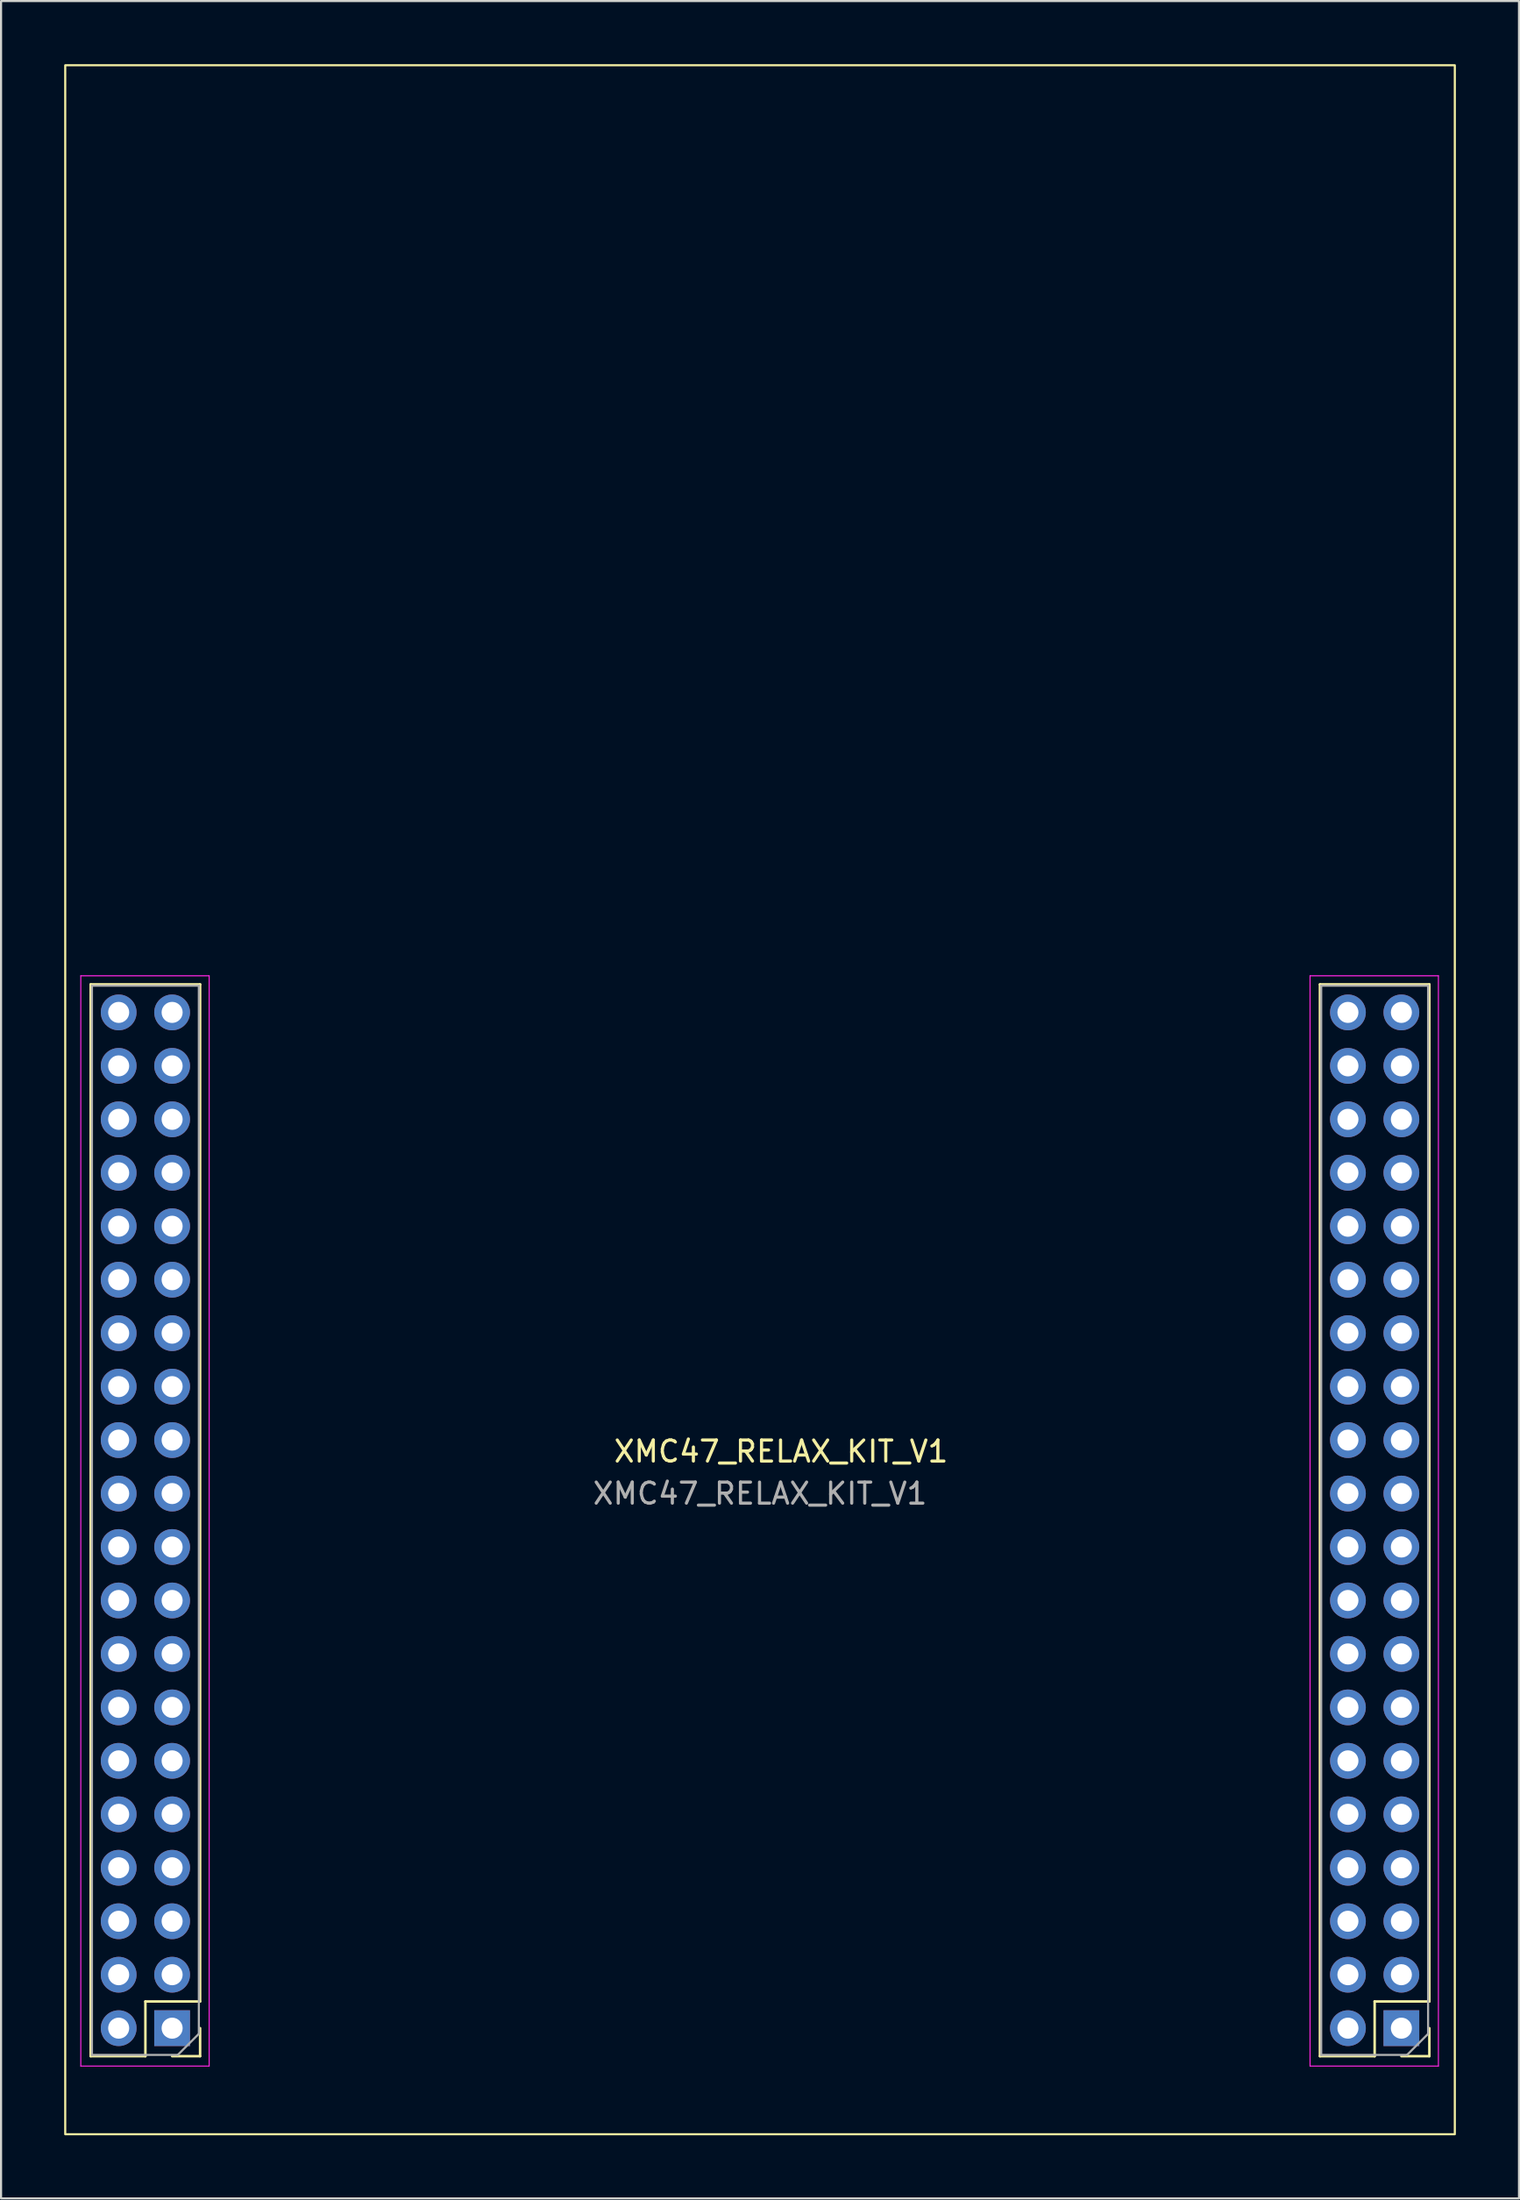
<source format=kicad_pcb>
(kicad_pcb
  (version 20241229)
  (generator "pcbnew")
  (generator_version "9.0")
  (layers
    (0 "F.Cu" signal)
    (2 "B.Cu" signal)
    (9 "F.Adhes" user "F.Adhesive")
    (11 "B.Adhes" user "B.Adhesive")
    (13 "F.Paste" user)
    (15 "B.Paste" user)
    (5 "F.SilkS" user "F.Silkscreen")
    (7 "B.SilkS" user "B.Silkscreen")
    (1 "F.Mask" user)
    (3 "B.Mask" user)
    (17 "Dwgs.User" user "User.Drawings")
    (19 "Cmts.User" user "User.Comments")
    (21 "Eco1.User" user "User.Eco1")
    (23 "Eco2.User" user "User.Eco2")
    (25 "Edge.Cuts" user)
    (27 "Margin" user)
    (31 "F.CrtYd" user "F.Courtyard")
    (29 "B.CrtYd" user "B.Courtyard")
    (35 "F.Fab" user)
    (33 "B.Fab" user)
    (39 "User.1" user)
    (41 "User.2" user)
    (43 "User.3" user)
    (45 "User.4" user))
  (footprint "XMC47_RELAX_KIT_V1"
    (layer "F.Cu")
    (at 5.13 45.05)
    (property "Reference" "XMC47_RELAX_KIT_V1" (at 28.94 20.86 0) (layer "F.SilkS") (effects (font (size 1 1) (thickness 0.15))))
    (attr through_hole)
    (fp_line (start -3.87 -1.33) (end 1.33 -1.33) (stroke (width 0.12) (type solid)) (layer "F.SilkS"))
    (fp_line (start -3.87 49.59) (end -3.87 -1.33) (stroke (width 0.12) (type solid)) (layer "F.SilkS"))
    (fp_line (start -3.87 49.59) (end -1.27 49.59) (stroke (width 0.12) (type solid)) (layer "F.SilkS"))
    (fp_line (start -1.27 46.99) (end 1.33 46.99) (stroke (width 0.12) (type solid)) (layer "F.SilkS"))
    (fp_line (start -1.27 49.59) (end -1.27 46.99) (stroke (width 0.12) (type solid)) (layer "F.SilkS"))
    (fp_line (start 0 49.59) (end 1.33 49.59) (stroke (width 0.12) (type solid)) (layer "F.SilkS"))
    (fp_line (start 1.33 46.99) (end 1.33 -1.33) (stroke (width 0.12) (type solid)) (layer "F.SilkS"))
    (fp_line (start 1.33 49.59) (end 1.33 48.26) (stroke (width 0.12) (type solid)) (layer "F.SilkS"))
    (fp_line (start 54.55 -1.33) (end 59.75 -1.33) (stroke (width 0.12) (type solid)) (layer "F.SilkS"))
    (fp_line (start 54.55 49.59) (end 54.55 -1.33) (stroke (width 0.12) (type solid)) (layer "F.SilkS"))
    (fp_line (start 54.55 49.59) (end 57.15 49.59) (stroke (width 0.12) (type solid)) (layer "F.SilkS"))
    (fp_line (start 57.15 46.99) (end 59.75 46.99) (stroke (width 0.12) (type solid)) (layer "F.SilkS"))
    (fp_line (start 57.15 49.59) (end 57.15 46.99) (stroke (width 0.12) (type solid)) (layer "F.SilkS"))
    (fp_line (start 58.42 49.59) (end 59.75 49.59) (stroke (width 0.12) (type solid)) (layer "F.SilkS"))
    (fp_line (start 59.75 46.99) (end 59.75 -1.33) (stroke (width 0.12) (type solid)) (layer "F.SilkS"))
    (fp_line (start 59.75 49.59) (end 59.75 48.26) (stroke (width 0.12) (type solid)) (layer "F.SilkS"))
    (fp_rect (start -5.08 -45) (end 60.96 53.3) (stroke (width 0.1) (type default)) (fill no) (layer "F.SilkS"))
    (fp_line (start -4.34 -1.74) (end -4.34 50.06) (stroke (width 0.05) (type solid)) (layer "F.CrtYd"))
    (fp_line (start -4.34 50.06) (end 1.76 50.06) (stroke (width 0.05) (type solid)) (layer "F.CrtYd"))
    (fp_line (start 1.76 -1.74) (end -4.34 -1.74) (stroke (width 0.05) (type solid)) (layer "F.CrtYd"))
    (fp_line (start 1.76 50.06) (end 1.76 -1.74) (stroke (width 0.05) (type solid)) (layer "F.CrtYd"))
    (fp_line (start 54.08 -1.74) (end 54.08 50.06) (stroke (width 0.05) (type solid)) (layer "F.CrtYd"))
    (fp_line (start 54.08 50.06) (end 60.18 50.06) (stroke (width 0.05) (type solid)) (layer "F.CrtYd"))
    (fp_line (start 60.18 -1.74) (end 54.08 -1.74) (stroke (width 0.05) (type solid)) (layer "F.CrtYd"))
    (fp_line (start 60.18 50.06) (end 60.18 -1.74) (stroke (width 0.05) (type solid)) (layer "F.CrtYd"))
    (fp_line (start -3.81 -1.27) (end -3.81 49.53) (stroke (width 0.1) (type solid)) (layer "F.Fab"))
    (fp_line (start -3.81 49.53) (end 0.27 49.53) (stroke (width 0.1) (type solid)) (layer "F.Fab"))
    (fp_line (start 0.27 49.53) (end 1.27 48.53) (stroke (width 0.1) (type solid)) (layer "F.Fab"))
    (fp_line (start 1.27 -1.27) (end -3.81 -1.27) (stroke (width 0.1) (type solid)) (layer "F.Fab"))
    (fp_line (start 1.27 48.53) (end 1.27 -1.27) (stroke (width 0.1) (type solid)) (layer "F.Fab"))
    (fp_line (start 54.61 -1.27) (end 54.61 49.53) (stroke (width 0.1) (type solid)) (layer "F.Fab"))
    (fp_line (start 54.61 49.53) (end 58.69 49.53) (stroke (width 0.1) (type solid)) (layer "F.Fab"))
    (fp_line (start 58.69 49.53) (end 59.69 48.53) (stroke (width 0.1) (type solid)) (layer "F.Fab"))
    (fp_line (start 59.69 -1.27) (end 54.61 -1.27) (stroke (width 0.1) (type solid)) (layer "F.Fab"))
    (fp_line (start 59.69 48.53) (end 59.69 -1.27) (stroke (width 0.1) (type solid)) (layer "F.Fab"))
    (fp_text user "${REFERENCE}" (at 27.94 22.86 180) (layer "F.Fab") (effects (font (size 1 1) (thickness 0.15))))
    (pad "X1_1" thru_hole rect (at 58.42 48.26) (size 1.7 1.7) (drill 1) (layers "*.Cu" "*.Mask"))
    (pad "X1_2" thru_hole oval (at 55.88 48.26) (size 1.7 1.7) (drill 1) (layers "*.Cu" "*.Mask"))
    (pad "X1_3" thru_hole oval (at 58.42 45.72) (size 1.7 1.7) (drill 1) (layers "*.Cu" "*.Mask"))
    (pad "X1_4" thru_hole oval (at 55.88 45.72) (size 1.7 1.7) (drill 1) (layers "*.Cu" "*.Mask"))
    (pad "X1_5" thru_hole oval (at 58.42 43.18) (size 1.7 1.7) (drill 1) (layers "*.Cu" "*.Mask"))
    (pad "X1_6" thru_hole oval (at 55.88 43.18) (size 1.7 1.7) (drill 1) (layers "*.Cu" "*.Mask"))
    (pad "X1_7" thru_hole oval (at 58.42 40.64) (size 1.7 1.7) (drill 1) (layers "*.Cu" "*.Mask"))
    (pad "X1_8" thru_hole oval (at 55.88 40.64) (size 1.7 1.7) (drill 1) (layers "*.Cu" "*.Mask"))
    (pad "X1_9" thru_hole oval (at 58.42 38.1) (size 1.7 1.7) (drill 1) (layers "*.Cu" "*.Mask"))
    (pad "X1_10" thru_hole oval (at 55.88 38.1) (size 1.7 1.7) (drill 1) (layers "*.Cu" "*.Mask"))
    (pad "X1_11" thru_hole oval (at 58.42 35.56) (size 1.7 1.7) (drill 1) (layers "*.Cu" "*.Mask"))
    (pad "X1_12" thru_hole oval (at 55.88 35.56) (size 1.7 1.7) (drill 1) (layers "*.Cu" "*.Mask"))
    (pad "X1_13" thru_hole oval (at 58.42 33.02) (size 1.7 1.7) (drill 1) (layers "*.Cu" "*.Mask"))
    (pad "X1_14" thru_hole oval (at 55.88 33.02) (size 1.7 1.7) (drill 1) (layers "*.Cu" "*.Mask"))
    (pad "X1_15" thru_hole oval (at 58.42 30.48) (size 1.7 1.7) (drill 1) (layers "*.Cu" "*.Mask"))
    (pad "X1_16" thru_hole oval (at 55.88 30.48) (size 1.7 1.7) (drill 1) (layers "*.Cu" "*.Mask"))
    (pad "X1_17" thru_hole oval (at 58.42 27.94) (size 1.7 1.7) (drill 1) (layers "*.Cu" "*.Mask"))
    (pad "X1_18" thru_hole oval (at 55.88 27.94) (size 1.7 1.7) (drill 1) (layers "*.Cu" "*.Mask"))
    (pad "X1_19" thru_hole oval (at 58.42 25.4) (size 1.7 1.7) (drill 1) (layers "*.Cu" "*.Mask"))
    (pad "X1_20" thru_hole oval (at 55.88 25.4) (size 1.7 1.7) (drill 1) (layers "*.Cu" "*.Mask"))
    (pad "X1_21" thru_hole oval (at 58.42 22.86) (size 1.7 1.7) (drill 1) (layers "*.Cu" "*.Mask"))
    (pad "X1_22" thru_hole oval (at 55.88 22.86) (size 1.7 1.7) (drill 1) (layers "*.Cu" "*.Mask"))
    (pad "X1_23" thru_hole oval (at 58.42 20.32) (size 1.7 1.7) (drill 1) (layers "*.Cu" "*.Mask"))
    (pad "X1_24" thru_hole oval (at 55.88 20.32) (size 1.7 1.7) (drill 1) (layers "*.Cu" "*.Mask"))
    (pad "X1_25" thru_hole oval (at 58.42 17.78) (size 1.7 1.7) (drill 1) (layers "*.Cu" "*.Mask"))
    (pad "X1_26" thru_hole oval (at 55.88 17.78) (size 1.7 1.7) (drill 1) (layers "*.Cu" "*.Mask"))
    (pad "X1_27" thru_hole oval (at 58.42 15.24) (size 1.7 1.7) (drill 1) (layers "*.Cu" "*.Mask"))
    (pad "X1_28" thru_hole oval (at 55.88 15.24) (size 1.7 1.7) (drill 1) (layers "*.Cu" "*.Mask"))
    (pad "X1_29" thru_hole oval (at 58.42 12.7) (size 1.7 1.7) (drill 1) (layers "*.Cu" "*.Mask"))
    (pad "X1_30" thru_hole oval (at 55.88 12.7) (size 1.7 1.7) (drill 1) (layers "*.Cu" "*.Mask"))
    (pad "X1_31" thru_hole oval (at 58.42 10.16) (size 1.7 1.7) (drill 1) (layers "*.Cu" "*.Mask"))
    (pad "X1_32" thru_hole oval (at 55.88 10.16) (size 1.7 1.7) (drill 1) (layers "*.Cu" "*.Mask"))
    (pad "X1_33" thru_hole oval (at 58.42 7.62) (size 1.7 1.7) (drill 1) (layers "*.Cu" "*.Mask"))
    (pad "X1_34" thru_hole oval (at 55.88 7.62) (size 1.7 1.7) (drill 1) (layers "*.Cu" "*.Mask"))
    (pad "X1_35" thru_hole oval (at 58.42 5.08) (size 1.7 1.7) (drill 1) (layers "*.Cu" "*.Mask"))
    (pad "X1_36" thru_hole oval (at 55.88 5.08) (size 1.7 1.7) (drill 1) (layers "*.Cu" "*.Mask"))
    (pad "X1_37" thru_hole oval (at 58.42 2.54) (size 1.7 1.7) (drill 1) (layers "*.Cu" "*.Mask"))
    (pad "X1_38" thru_hole oval (at 55.88 2.54) (size 1.7 1.7) (drill 1) (layers "*.Cu" "*.Mask"))
    (pad "X1_39" thru_hole oval (at 58.42 0) (size 1.7 1.7) (drill 1) (layers "*.Cu" "*.Mask"))
    (pad "X1_40" thru_hole oval (at 55.88 0) (size 1.7 1.7) (drill 1) (layers "*.Cu" "*.Mask"))
    (pad "X2_1" thru_hole rect (at 0 48.26) (size 1.7 1.7) (drill 1) (layers "*.Cu" "*.Mask"))
    (pad "X2_2" thru_hole oval (at -2.54 48.26) (size 1.7 1.7) (drill 1) (layers "*.Cu" "*.Mask"))
    (pad "X2_3" thru_hole oval (at 0 45.72) (size 1.7 1.7) (drill 1) (layers "*.Cu" "*.Mask"))
    (pad "X2_4" thru_hole oval (at -2.54 45.72) (size 1.7 1.7) (drill 1) (layers "*.Cu" "*.Mask"))
    (pad "X2_5" thru_hole oval (at 0 43.18) (size 1.7 1.7) (drill 1) (layers "*.Cu" "*.Mask"))
    (pad "X2_6" thru_hole oval (at -2.54 43.18) (size 1.7 1.7) (drill 1) (layers "*.Cu" "*.Mask"))
    (pad "X2_7" thru_hole oval (at 0 40.64) (size 1.7 1.7) (drill 1) (layers "*.Cu" "*.Mask"))
    (pad "X2_8" thru_hole oval (at -2.54 40.64) (size 1.7 1.7) (drill 1) (layers "*.Cu" "*.Mask"))
    (pad "X2_9" thru_hole oval (at 0 38.1) (size 1.7 1.7) (drill 1) (layers "*.Cu" "*.Mask"))
    (pad "X2_10" thru_hole oval (at -2.54 38.1) (size 1.7 1.7) (drill 1) (layers "*.Cu" "*.Mask"))
    (pad "X2_11" thru_hole oval (at 0 35.56) (size 1.7 1.7) (drill 1) (layers "*.Cu" "*.Mask"))
    (pad "X2_12" thru_hole oval (at -2.54 35.56) (size 1.7 1.7) (drill 1) (layers "*.Cu" "*.Mask"))
    (pad "X2_13" thru_hole oval (at 0 33.02) (size 1.7 1.7) (drill 1) (layers "*.Cu" "*.Mask"))
    (pad "X2_14" thru_hole oval (at -2.54 33.02) (size 1.7 1.7) (drill 1) (layers "*.Cu" "*.Mask"))
    (pad "X2_15" thru_hole oval (at 0 30.48) (size 1.7 1.7) (drill 1) (layers "*.Cu" "*.Mask"))
    (pad "X2_16" thru_hole oval (at -2.54 30.48) (size 1.7 1.7) (drill 1) (layers "*.Cu" "*.Mask"))
    (pad "X2_17" thru_hole oval (at 0 27.94) (size 1.7 1.7) (drill 1) (layers "*.Cu" "*.Mask"))
    (pad "X2_18" thru_hole oval (at -2.54 27.94) (size 1.7 1.7) (drill 1) (layers "*.Cu" "*.Mask"))
    (pad "X2_19" thru_hole oval (at 0 25.4) (size 1.7 1.7) (drill 1) (layers "*.Cu" "*.Mask"))
    (pad "X2_20" thru_hole oval (at -2.54 25.4) (size 1.7 1.7) (drill 1) (layers "*.Cu" "*.Mask"))
    (pad "X2_21" thru_hole oval (at 0 22.86) (size 1.7 1.7) (drill 1) (layers "*.Cu" "*.Mask"))
    (pad "X2_22" thru_hole oval (at -2.54 22.86) (size 1.7 1.7) (drill 1) (layers "*.Cu" "*.Mask"))
    (pad "X2_23" thru_hole oval (at 0 20.32) (size 1.7 1.7) (drill 1) (layers "*.Cu" "*.Mask"))
    (pad "X2_24" thru_hole oval (at -2.54 20.32) (size 1.7 1.7) (drill 1) (layers "*.Cu" "*.Mask"))
    (pad "X2_25" thru_hole oval (at 0 17.78) (size 1.7 1.7) (drill 1) (layers "*.Cu" "*.Mask"))
    (pad "X2_26" thru_hole oval (at -2.54 17.78) (size 1.7 1.7) (drill 1) (layers "*.Cu" "*.Mask"))
    (pad "X2_27" thru_hole oval (at 0 15.24) (size 1.7 1.7) (drill 1) (layers "*.Cu" "*.Mask"))
    (pad "X2_28" thru_hole oval (at -2.54 15.24) (size 1.7 1.7) (drill 1) (layers "*.Cu" "*.Mask"))
    (pad "X2_29" thru_hole oval (at 0 12.7) (size 1.7 1.7) (drill 1) (layers "*.Cu" "*.Mask"))
    (pad "X2_30" thru_hole oval (at -2.54 12.7) (size 1.7 1.7) (drill 1) (layers "*.Cu" "*.Mask"))
    (pad "X2_31" thru_hole oval (at 0 10.16) (size 1.7 1.7) (drill 1) (layers "*.Cu" "*.Mask"))
    (pad "X2_32" thru_hole oval (at -2.54 10.16) (size 1.7 1.7) (drill 1) (layers "*.Cu" "*.Mask"))
    (pad "X2_33" thru_hole oval (at 0 7.62) (size 1.7 1.7) (drill 1) (layers "*.Cu" "*.Mask"))
    (pad "X2_34" thru_hole oval (at -2.54 7.62) (size 1.7 1.7) (drill 1) (layers "*.Cu" "*.Mask"))
    (pad "X2_35" thru_hole oval (at 0 5.08) (size 1.7 1.7) (drill 1) (layers "*.Cu" "*.Mask"))
    (pad "X2_36" thru_hole oval (at -2.54 5.08) (size 1.7 1.7) (drill 1) (layers "*.Cu" "*.Mask"))
    (pad "X2_37" thru_hole oval (at 0 2.54) (size 1.7 1.7) (drill 1) (layers "*.Cu" "*.Mask"))
    (pad "X2_38" thru_hole oval (at -2.54 2.54) (size 1.7 1.7) (drill 1) (layers "*.Cu" "*.Mask"))
    (pad "X2_39" thru_hole oval (at 0 0) (size 1.7 1.7) (drill 1) (layers "*.Cu" "*.Mask"))
    (pad "X2_40" thru_hole oval (at -2.54 0) (size 1.7 1.7) (drill 1) (layers "*.Cu" "*.Mask")))
  (gr_rect
    (start -3 -3)
    (end 69.14 101.4)
    (stroke (width 0.1) (type default))
    (fill no)
    (layer "Edge.Cuts")))
</source>
